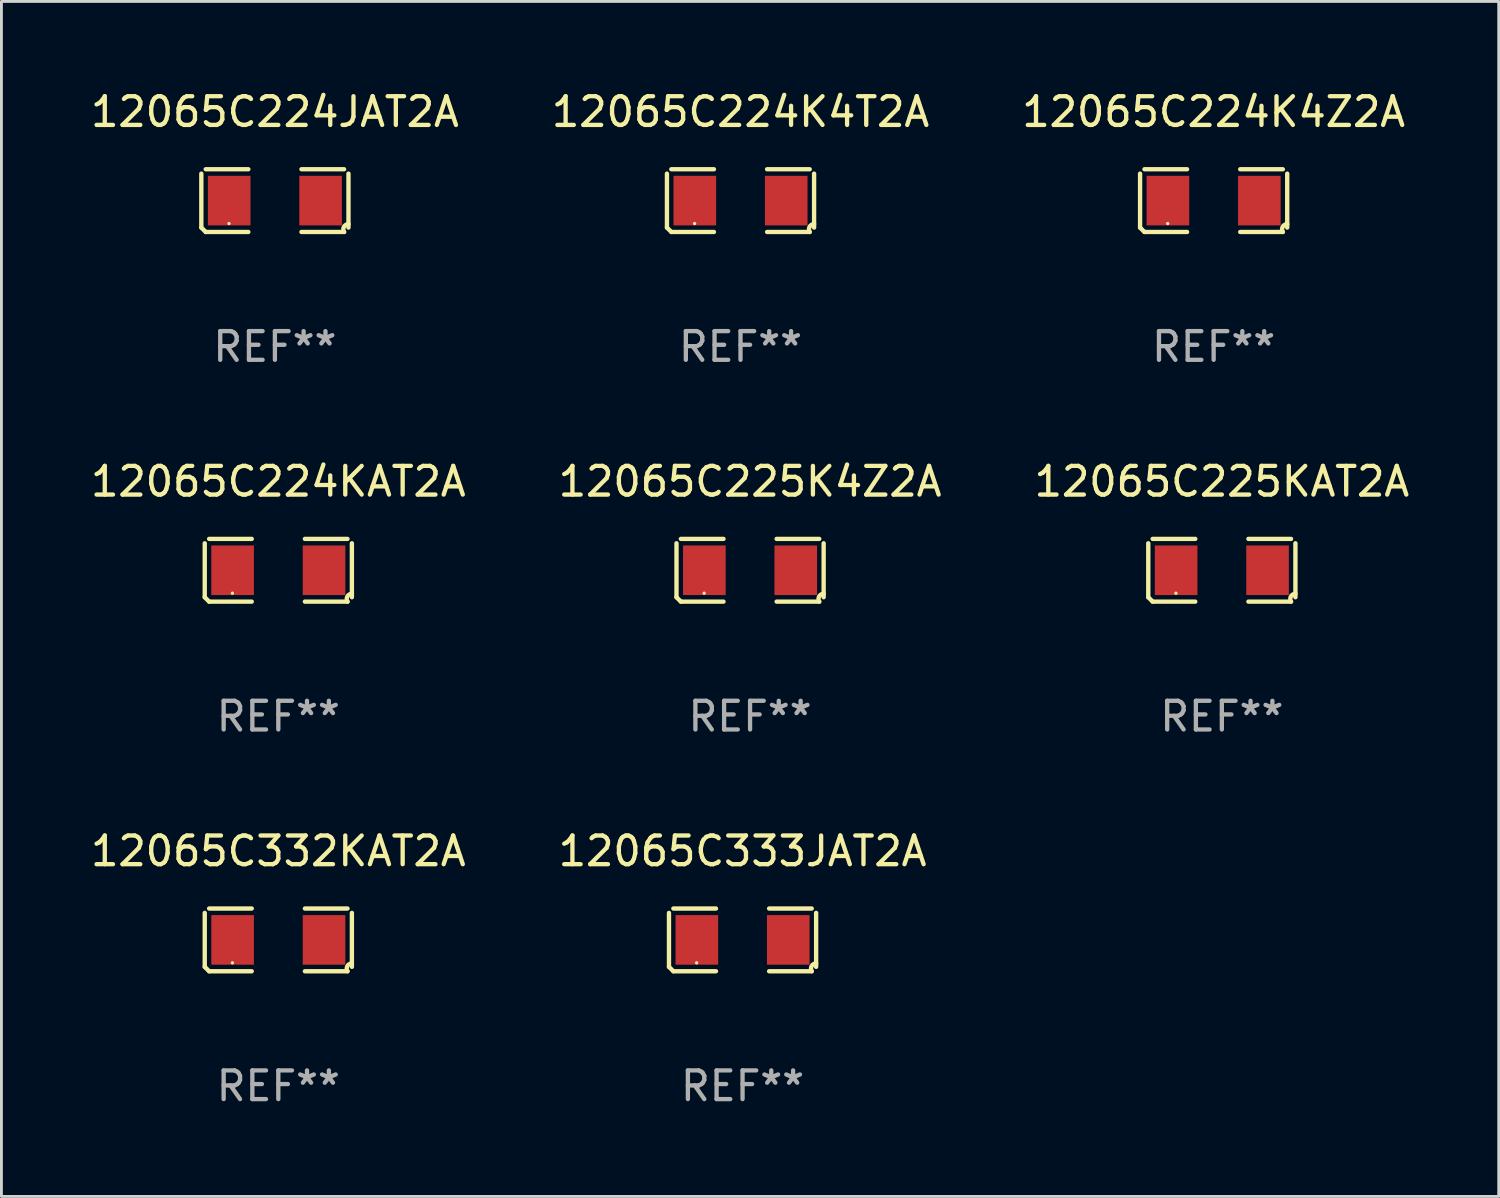
<source format=kicad_pcb>
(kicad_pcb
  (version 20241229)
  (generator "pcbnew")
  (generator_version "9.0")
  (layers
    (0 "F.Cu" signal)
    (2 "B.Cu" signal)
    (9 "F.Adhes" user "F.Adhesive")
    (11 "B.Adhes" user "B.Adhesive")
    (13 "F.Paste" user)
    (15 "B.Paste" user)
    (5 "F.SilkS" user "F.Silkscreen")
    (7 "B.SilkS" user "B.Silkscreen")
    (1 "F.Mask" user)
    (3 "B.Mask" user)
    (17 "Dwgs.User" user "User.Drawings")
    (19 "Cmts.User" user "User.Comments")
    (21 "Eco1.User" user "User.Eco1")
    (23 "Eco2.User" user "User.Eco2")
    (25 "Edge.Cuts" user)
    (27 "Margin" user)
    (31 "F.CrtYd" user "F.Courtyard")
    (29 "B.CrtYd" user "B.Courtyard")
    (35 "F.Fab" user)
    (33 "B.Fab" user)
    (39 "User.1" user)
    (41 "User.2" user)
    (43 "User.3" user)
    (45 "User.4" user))
  (footprint "12065C224K4Z2A"
    (layer "F.Cu")
    (at 39.244 3.941)
    (property "Reference" "12065C224K4Z2A" (at 0 -3.093 0) (layer "F.SilkS") (effects (font (size 1 1) (thickness 0.15))))
    (attr through_hole)
    (fp_line (start -2.564 0.94) (end -2.564 -0.94) (stroke (width 0.152) (type solid)) (layer "F.SilkS"))
    (fp_line (start -2.411 -1.093) (end -0.926 -1.093) (stroke (width 0.152) (type solid)) (layer "F.SilkS"))
    (fp_line (start -0.926 1.093) (end -2.411 1.093) (stroke (width 0.152) (type solid)) (layer "F.SilkS"))
    (fp_line (start 0.926 1.093) (end 2.411 1.093) (stroke (width 0.152) (type solid)) (layer "F.SilkS"))
    (fp_line (start 2.411 -1.093) (end 0.926 -1.093) (stroke (width 0.152) (type solid)) (layer "F.SilkS"))
    (fp_line (start 2.564 0.94) (end 2.564 -0.94) (stroke (width 0.152) (type solid)) (layer "F.SilkS"))
    (fp_arc (start -2.411201 1.092609) (mid -2.487413 1.01642) (end -2.563602 0.940208) (stroke (width 0.1524) (type solid)) (layer "F.SilkS"))
    (fp_arc (start 2.411201 1.092609) (mid 2.407159 0.911226) (end 2.563602 0.819347) (stroke (width 0.1524) (type solid)) (layer "F.SilkS"))
    (fp_circle (center -1.6 0.8) (end -1.57 0.8) (stroke (width 0.06) (type solid)) (fill no) (layer "F.SilkS"))
    (fp_text user "REF**" (at 0 5.093 0) (layer "F.Fab") (effects (font (size 1 1) (thickness 0.15))))
    (pad "1" smd rect (at -1.593 0) (size 1.485 1.728) (layers "F.Cu" "F.Mask" "F.Paste"))
    (pad "2" smd rect (at 1.593 0) (size 1.485 1.728) (layers "F.Cu" "F.Mask" "F.Paste")))
  (footprint "12065C224K4T2A"
    (layer "F.Cu")
    (at 22.756 3.941)
    (property "Reference" "12065C224K4T2A" (at 0 -3.093 0) (layer "F.SilkS") (effects (font (size 1 1) (thickness 0.15))))
    (attr through_hole)
    (fp_line (start -2.564 0.94) (end -2.564 -0.94) (stroke (width 0.152) (type solid)) (layer "F.SilkS"))
    (fp_line (start -2.411 -1.093) (end -0.926 -1.093) (stroke (width 0.152) (type solid)) (layer "F.SilkS"))
    (fp_line (start -0.926 1.093) (end -2.411 1.093) (stroke (width 0.152) (type solid)) (layer "F.SilkS"))
    (fp_line (start 0.926 1.093) (end 2.411 1.093) (stroke (width 0.152) (type solid)) (layer "F.SilkS"))
    (fp_line (start 2.411 -1.093) (end 0.926 -1.093) (stroke (width 0.152) (type solid)) (layer "F.SilkS"))
    (fp_line (start 2.564 0.94) (end 2.564 -0.94) (stroke (width 0.152) (type solid)) (layer "F.SilkS"))
    (fp_arc (start -2.411201 1.092609) (mid -2.487413 1.01642) (end -2.563602 0.940208) (stroke (width 0.1524) (type solid)) (layer "F.SilkS"))
    (fp_arc (start 2.411201 1.092609) (mid 2.407159 0.911226) (end 2.563602 0.819347) (stroke (width 0.1524) (type solid)) (layer "F.SilkS"))
    (fp_circle (center -1.6 0.8) (end -1.57 0.8) (stroke (width 0.06) (type solid)) (fill no) (layer "F.SilkS"))
    (fp_text user "REF**" (at 0 5.093 0) (layer "F.Fab") (effects (font (size 1 1) (thickness 0.15))))
    (pad "1" smd rect (at -1.593 0) (size 1.485 1.728) (layers "F.Cu" "F.Mask" "F.Paste"))
    (pad "2" smd rect (at 1.593 0) (size 1.485 1.728) (layers "F.Cu" "F.Mask" "F.Paste")))
  (footprint "12065C332KAT2A"
    (layer "F.Cu")
    (at 6.649 29.704)
    (property "Reference" "12065C332KAT2A" (at 0 -3.093 0) (layer "F.SilkS") (effects (font (size 1 1) (thickness 0.15))))
    (attr through_hole)
    (fp_line (start -2.564 0.94) (end -2.564 -0.94) (stroke (width 0.152) (type solid)) (layer "F.SilkS"))
    (fp_line (start -2.411 -1.093) (end -0.926 -1.093) (stroke (width 0.152) (type solid)) (layer "F.SilkS"))
    (fp_line (start -0.926 1.093) (end -2.411 1.093) (stroke (width 0.152) (type solid)) (layer "F.SilkS"))
    (fp_line (start 0.926 1.093) (end 2.411 1.093) (stroke (width 0.152) (type solid)) (layer "F.SilkS"))
    (fp_line (start 2.411 -1.093) (end 0.926 -1.093) (stroke (width 0.152) (type solid)) (layer "F.SilkS"))
    (fp_line (start 2.564 0.94) (end 2.564 -0.94) (stroke (width 0.152) (type solid)) (layer "F.SilkS"))
    (fp_arc (start -2.411201 1.092609) (mid -2.487413 1.01642) (end -2.563602 0.940208) (stroke (width 0.1524) (type solid)) (layer "F.SilkS"))
    (fp_arc (start 2.411201 1.092609) (mid 2.407159 0.911226) (end 2.563602 0.819347) (stroke (width 0.1524) (type solid)) (layer "F.SilkS"))
    (fp_circle (center -1.6 0.8) (end -1.57 0.8) (stroke (width 0.06) (type solid)) (fill no) (layer "F.SilkS"))
    (fp_text user "REF**" (at 0 5.093 0) (layer "F.Fab") (effects (font (size 1 1) (thickness 0.15))))
    (pad "1" smd rect (at -1.593 0) (size 1.485 1.728) (layers "F.Cu" "F.Mask" "F.Paste"))
    (pad "2" smd rect (at 1.593 0) (size 1.485 1.728) (layers "F.Cu" "F.Mask" "F.Paste")))
  (footprint "12065C225KAT2A"
    (layer "F.Cu")
    (at 39.53 16.823)
    (property "Reference" "12065C225KAT2A" (at 0 -3.093 0) (layer "F.SilkS") (effects (font (size 1 1) (thickness 0.15))))
    (attr through_hole)
    (fp_line (start -2.564 0.94) (end -2.564 -0.94) (stroke (width 0.152) (type solid)) (layer "F.SilkS"))
    (fp_line (start -2.411 -1.093) (end -0.926 -1.093) (stroke (width 0.152) (type solid)) (layer "F.SilkS"))
    (fp_line (start -0.926 1.093) (end -2.411 1.093) (stroke (width 0.152) (type solid)) (layer "F.SilkS"))
    (fp_line (start 0.926 1.093) (end 2.411 1.093) (stroke (width 0.152) (type solid)) (layer "F.SilkS"))
    (fp_line (start 2.411 -1.093) (end 0.926 -1.093) (stroke (width 0.152) (type solid)) (layer "F.SilkS"))
    (fp_line (start 2.564 0.94) (end 2.564 -0.94) (stroke (width 0.152) (type solid)) (layer "F.SilkS"))
    (fp_arc (start -2.411201 1.092609) (mid -2.487413 1.01642) (end -2.563602 0.940208) (stroke (width 0.1524) (type solid)) (layer "F.SilkS"))
    (fp_arc (start 2.411201 1.092609) (mid 2.407159 0.911226) (end 2.563602 0.819347) (stroke (width 0.1524) (type solid)) (layer "F.SilkS"))
    (fp_circle (center -1.6 0.8) (end -1.57 0.8) (stroke (width 0.06) (type solid)) (fill no) (layer "F.SilkS"))
    (fp_text user "REF**" (at 0 5.093 0) (layer "F.Fab") (effects (font (size 1 1) (thickness 0.15))))
    (pad "1" smd rect (at -1.593 0) (size 1.485 1.728) (layers "F.Cu" "F.Mask" "F.Paste"))
    (pad "2" smd rect (at 1.593 0) (size 1.485 1.728) (layers "F.Cu" "F.Mask" "F.Paste")))
  (footprint "12065C224KAT2A"
    (layer "F.Cu")
    (at 6.649 16.823)
    (property "Reference" "12065C224KAT2A" (at 0 -3.093 0) (layer "F.SilkS") (effects (font (size 1 1) (thickness 0.15))))
    (attr through_hole)
    (fp_line (start -2.564 0.94) (end -2.564 -0.94) (stroke (width 0.152) (type solid)) (layer "F.SilkS"))
    (fp_line (start -2.411 -1.093) (end -0.926 -1.093) (stroke (width 0.152) (type solid)) (layer "F.SilkS"))
    (fp_line (start -0.926 1.093) (end -2.411 1.093) (stroke (width 0.152) (type solid)) (layer "F.SilkS"))
    (fp_line (start 0.926 1.093) (end 2.411 1.093) (stroke (width 0.152) (type solid)) (layer "F.SilkS"))
    (fp_line (start 2.411 -1.093) (end 0.926 -1.093) (stroke (width 0.152) (type solid)) (layer "F.SilkS"))
    (fp_line (start 2.564 0.94) (end 2.564 -0.94) (stroke (width 0.152) (type solid)) (layer "F.SilkS"))
    (fp_arc (start -2.411201 1.092609) (mid -2.487413 1.01642) (end -2.563602 0.940208) (stroke (width 0.1524) (type solid)) (layer "F.SilkS"))
    (fp_arc (start 2.411201 1.092609) (mid 2.407159 0.911226) (end 2.563602 0.819347) (stroke (width 0.1524) (type solid)) (layer "F.SilkS"))
    (fp_circle (center -1.6 0.8) (end -1.57 0.8) (stroke (width 0.06) (type solid)) (fill no) (layer "F.SilkS"))
    (fp_text user "REF**" (at 0 5.093 0) (layer "F.Fab") (effects (font (size 1 1) (thickness 0.15))))
    (pad "1" smd rect (at -1.593 0) (size 1.485 1.728) (layers "F.Cu" "F.Mask" "F.Paste"))
    (pad "2" smd rect (at 1.593 0) (size 1.485 1.728) (layers "F.Cu" "F.Mask" "F.Paste")))
  (footprint "12065C224JAT2A"
    (layer "F.Cu")
    (at 6.53 3.941)
    (property "Reference" "12065C224JAT2A" (at 0 -3.093 0) (layer "F.SilkS") (effects (font (size 1 1) (thickness 0.15))))
    (attr through_hole)
    (fp_line (start -2.564 0.94) (end -2.564 -0.94) (stroke (width 0.152) (type solid)) (layer "F.SilkS"))
    (fp_line (start -2.411 -1.093) (end -0.926 -1.093) (stroke (width 0.152) (type solid)) (layer "F.SilkS"))
    (fp_line (start -0.926 1.093) (end -2.411 1.093) (stroke (width 0.152) (type solid)) (layer "F.SilkS"))
    (fp_line (start 0.926 1.093) (end 2.411 1.093) (stroke (width 0.152) (type solid)) (layer "F.SilkS"))
    (fp_line (start 2.411 -1.093) (end 0.926 -1.093) (stroke (width 0.152) (type solid)) (layer "F.SilkS"))
    (fp_line (start 2.564 0.94) (end 2.564 -0.94) (stroke (width 0.152) (type solid)) (layer "F.SilkS"))
    (fp_arc (start -2.411201 1.092609) (mid -2.487413 1.01642) (end -2.563602 0.940208) (stroke (width 0.1524) (type solid)) (layer "F.SilkS"))
    (fp_arc (start 2.411201 1.092609) (mid 2.407159 0.911226) (end 2.563602 0.819347) (stroke (width 0.1524) (type solid)) (layer "F.SilkS"))
    (fp_circle (center -1.6 0.8) (end -1.57 0.8) (stroke (width 0.06) (type solid)) (fill no) (layer "F.SilkS"))
    (fp_text user "REF**" (at 0 5.093 0) (layer "F.Fab") (effects (font (size 1 1) (thickness 0.15))))
    (pad "1" smd rect (at -1.593 0) (size 1.485 1.728) (layers "F.Cu" "F.Mask" "F.Paste"))
    (pad "2" smd rect (at 1.593 0) (size 1.485 1.728) (layers "F.Cu" "F.Mask" "F.Paste")))
  (footprint "12065C225K4Z2A"
    (layer "F.Cu")
    (at 23.089 16.823)
    (property "Reference" "12065C225K4Z2A" (at 0 -3.093 0) (layer "F.SilkS") (effects (font (size 1 1) (thickness 0.15))))
    (attr through_hole)
    (fp_line (start -2.564 0.94) (end -2.564 -0.94) (stroke (width 0.152) (type solid)) (layer "F.SilkS"))
    (fp_line (start -2.411 -1.093) (end -0.926 -1.093) (stroke (width 0.152) (type solid)) (layer "F.SilkS"))
    (fp_line (start -0.926 1.093) (end -2.411 1.093) (stroke (width 0.152) (type solid)) (layer "F.SilkS"))
    (fp_line (start 0.926 1.093) (end 2.411 1.093) (stroke (width 0.152) (type solid)) (layer "F.SilkS"))
    (fp_line (start 2.411 -1.093) (end 0.926 -1.093) (stroke (width 0.152) (type solid)) (layer "F.SilkS"))
    (fp_line (start 2.564 0.94) (end 2.564 -0.94) (stroke (width 0.152) (type solid)) (layer "F.SilkS"))
    (fp_arc (start -2.411201 1.092609) (mid -2.487413 1.01642) (end -2.563602 0.940208) (stroke (width 0.1524) (type solid)) (layer "F.SilkS"))
    (fp_arc (start 2.411201 1.092609) (mid 2.407159 0.911226) (end 2.563602 0.819347) (stroke (width 0.1524) (type solid)) (layer "F.SilkS"))
    (fp_circle (center -1.6 0.8) (end -1.57 0.8) (stroke (width 0.06) (type solid)) (fill no) (layer "F.SilkS"))
    (fp_text user "REF**" (at 0 5.093 0) (layer "F.Fab") (effects (font (size 1 1) (thickness 0.15))))
    (pad "1" smd rect (at -1.593 0) (size 1.485 1.728) (layers "F.Cu" "F.Mask" "F.Paste"))
    (pad "2" smd rect (at 1.593 0) (size 1.485 1.728) (layers "F.Cu" "F.Mask" "F.Paste")))
  (footprint "12065C333JAT2A"
    (layer "F.Cu")
    (at 22.827 29.704)
    (property "Reference" "12065C333JAT2A" (at 0 -3.093 0) (layer "F.SilkS") (effects (font (size 1 1) (thickness 0.15))))
    (attr through_hole)
    (fp_line (start -2.564 0.94) (end -2.564 -0.94) (stroke (width 0.152) (type solid)) (layer "F.SilkS"))
    (fp_line (start -2.411 -1.093) (end -0.926 -1.093) (stroke (width 0.152) (type solid)) (layer "F.SilkS"))
    (fp_line (start -0.926 1.093) (end -2.411 1.093) (stroke (width 0.152) (type solid)) (layer "F.SilkS"))
    (fp_line (start 0.926 1.093) (end 2.411 1.093) (stroke (width 0.152) (type solid)) (layer "F.SilkS"))
    (fp_line (start 2.411 -1.093) (end 0.926 -1.093) (stroke (width 0.152) (type solid)) (layer "F.SilkS"))
    (fp_line (start 2.564 0.94) (end 2.564 -0.94) (stroke (width 0.152) (type solid)) (layer "F.SilkS"))
    (fp_arc (start -2.411201 1.092609) (mid -2.487413 1.01642) (end -2.563602 0.940208) (stroke (width 0.1524) (type solid)) (layer "F.SilkS"))
    (fp_arc (start 2.411201 1.092609) (mid 2.407159 0.911226) (end 2.563602 0.819347) (stroke (width 0.1524) (type solid)) (layer "F.SilkS"))
    (fp_circle (center -1.6 0.8) (end -1.57 0.8) (stroke (width 0.06) (type solid)) (fill no) (layer "F.SilkS"))
    (fp_text user "REF**" (at 0 5.093 0) (layer "F.Fab") (effects (font (size 1 1) (thickness 0.15))))
    (pad "1" smd rect (at -1.593 0) (size 1.485 1.728) (layers "F.Cu" "F.Mask" "F.Paste"))
    (pad "2" smd rect (at 1.593 0) (size 1.485 1.728) (layers "F.Cu" "F.Mask" "F.Paste")))
  (gr_rect
    (start -3 -3)
    (end 49.179 38.645)
    (stroke (width 0.1) (type default))
    (fill no)
    (layer "Edge.Cuts")))
</source>
